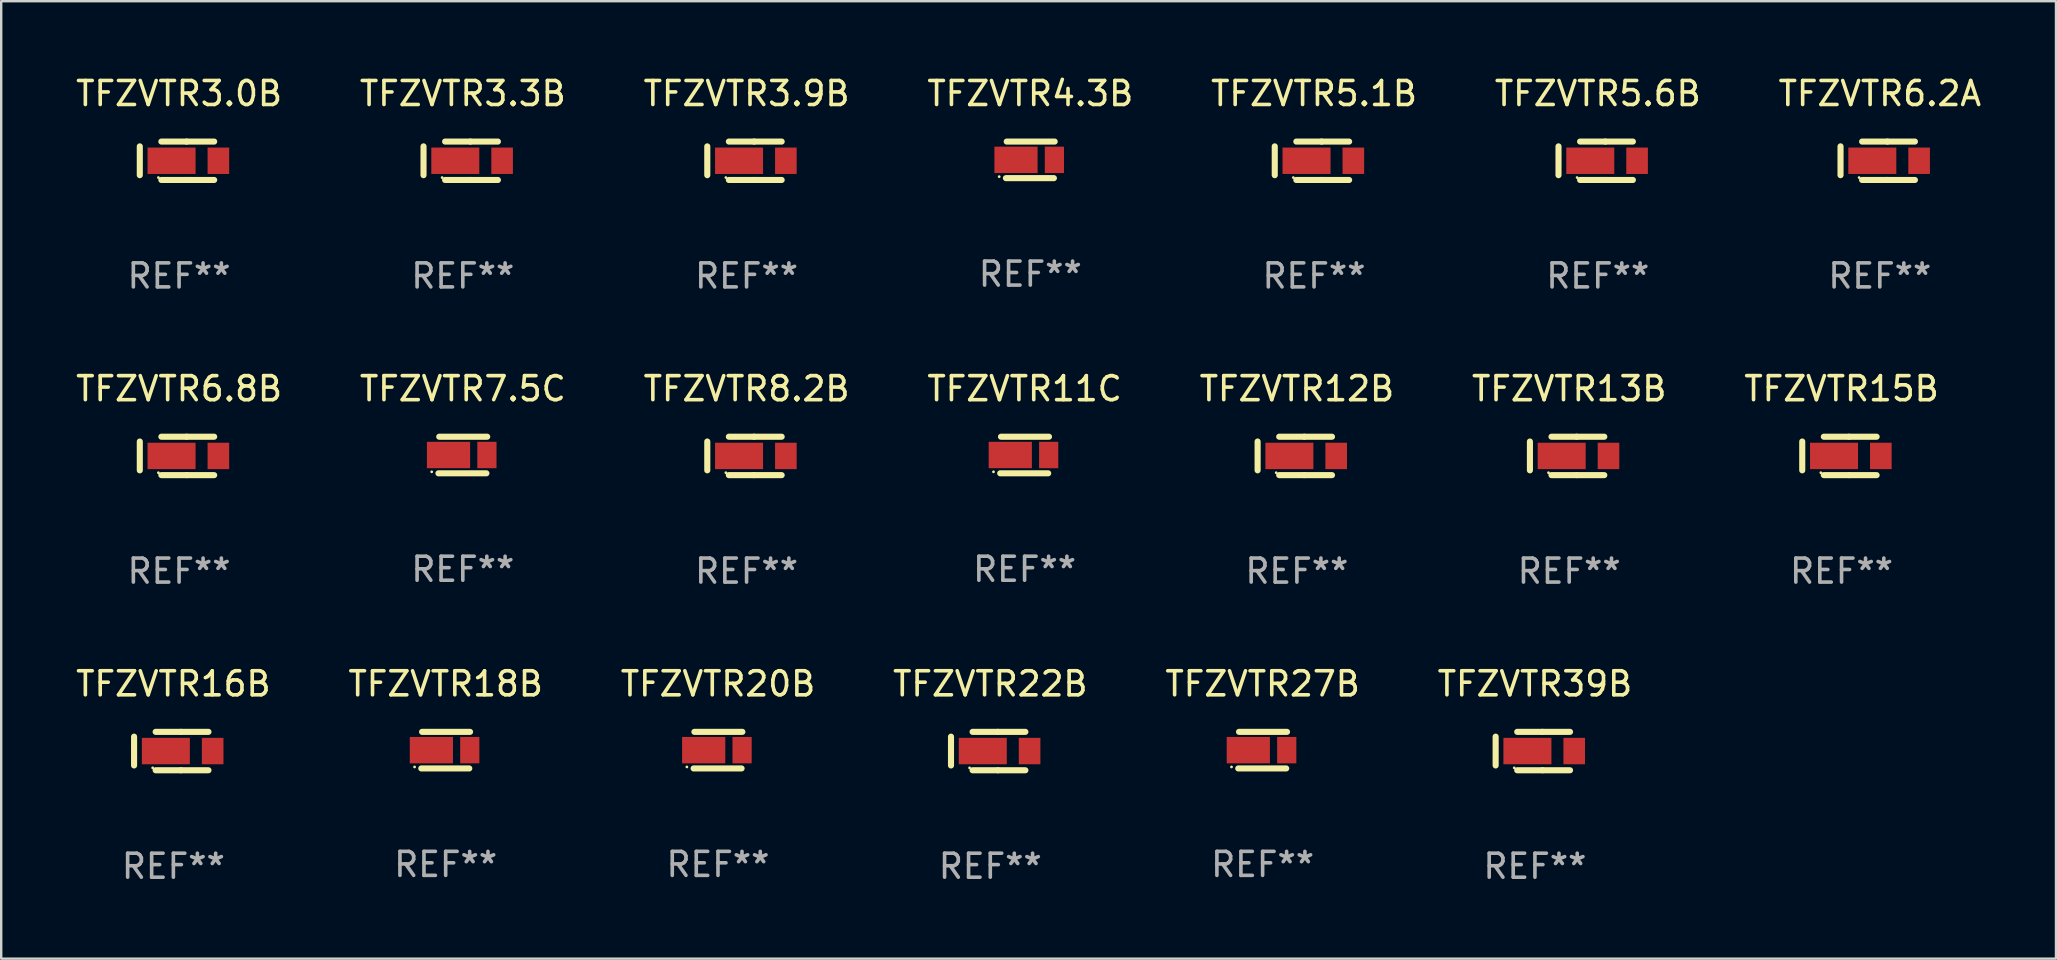
<source format=kicad_pcb>
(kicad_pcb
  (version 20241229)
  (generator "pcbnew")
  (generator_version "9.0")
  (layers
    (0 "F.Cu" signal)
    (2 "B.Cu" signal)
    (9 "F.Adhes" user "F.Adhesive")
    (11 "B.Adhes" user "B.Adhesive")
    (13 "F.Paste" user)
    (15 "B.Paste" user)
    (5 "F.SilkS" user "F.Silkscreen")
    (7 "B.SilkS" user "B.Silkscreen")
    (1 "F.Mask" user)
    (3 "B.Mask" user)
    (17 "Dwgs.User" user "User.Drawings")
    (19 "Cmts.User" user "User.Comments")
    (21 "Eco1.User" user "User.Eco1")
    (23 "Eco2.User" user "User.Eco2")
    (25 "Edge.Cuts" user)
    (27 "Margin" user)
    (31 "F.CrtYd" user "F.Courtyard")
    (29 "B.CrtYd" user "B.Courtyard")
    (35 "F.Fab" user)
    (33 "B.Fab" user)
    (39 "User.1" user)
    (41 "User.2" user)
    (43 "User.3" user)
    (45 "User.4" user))
  (footprint "TFZVTR22B"
    (layer "F.Cu")
    (at 38.208 28.241)
    (property "Reference" "TFZVTR22B" (at 0 -2.8 0) (layer "F.SilkS") (effects (font (size 1 1) (thickness 0.15))))
    (attr through_hole)
    (fp_line (start -1.637 -0.6) (end -1.637 0.6) (stroke (width 0.254) (type solid)) (layer "F.SilkS"))
    (fp_line (start -0.738 -0.8) (end 0.314 -0.8) (stroke (width 0.254) (type solid)) (layer "F.SilkS"))
    (fp_line (start -0.738 0.8) (end 0.314 0.8) (stroke (width 0.254) (type solid)) (layer "F.SilkS"))
    (fp_line (start 0.314 0.8) (end 1.462 0.8) (stroke (width 0.254) (type solid)) (layer "F.SilkS"))
    (fp_line (start 0.314 -0.8) (end 1.462 -0.8) (stroke (width 0.254) (type solid)) (layer "F.SilkS"))
    (fp_circle (center -0.862 0.7) (end -0.832 0.7) (stroke (width 0.06) (type solid)) (fill no) (layer "F.SilkS"))
    (fp_text user "REF**" (at 0 4.8 0) (layer "F.Fab") (effects (font (size 1 1) (thickness 0.15))))
    (pad "1" smd rect (at -0.313 -0.000064) (size 2 1.1) (layers "F.Cu" "F.Mask" "F.Paste"))
    (pad "2" smd rect (at 1.637 -0.000064) (size 0.9 1.1) (layers "F.Cu" "F.Mask" "F.Paste")))
  (footprint "TFZVTR6.2A"
    (layer "F.Cu")
    (at 75.268 3.648)
    (property "Reference" "TFZVTR6.2A" (at 0 -2.8 0) (layer "F.SilkS") (effects (font (size 1 1) (thickness 0.15))))
    (attr through_hole)
    (fp_line (start -1.637 -0.6) (end -1.637 0.6) (stroke (width 0.254) (type solid)) (layer "F.SilkS"))
    (fp_line (start -0.738 -0.8) (end 0.314 -0.8) (stroke (width 0.254) (type solid)) (layer "F.SilkS"))
    (fp_line (start -0.738 0.8) (end 0.314 0.8) (stroke (width 0.254) (type solid)) (layer "F.SilkS"))
    (fp_line (start 0.314 0.8) (end 1.462 0.8) (stroke (width 0.254) (type solid)) (layer "F.SilkS"))
    (fp_line (start 0.314 -0.8) (end 1.462 -0.8) (stroke (width 0.254) (type solid)) (layer "F.SilkS"))
    (fp_circle (center -0.862 0.7) (end -0.832 0.7) (stroke (width 0.06) (type solid)) (fill no) (layer "F.SilkS"))
    (fp_text user "REF**" (at 0 4.8 0) (layer "F.Fab") (effects (font (size 1 1) (thickness 0.15))))
    (pad "1" smd rect (at -0.313 -0.000064) (size 2 1.1) (layers "F.Cu" "F.Mask" "F.Paste"))
    (pad "2" smd rect (at 1.637 -0.000064) (size 0.9 1.1) (layers "F.Cu" "F.Mask" "F.Paste")))
  (footprint "TFZVTR18B"
    (layer "F.Cu")
    (at 15.518 28.203)
    (property "Reference" "TFZVTR18B" (at 0 -2.762 0) (layer "F.SilkS") (effects (font (size 1 1) (thickness 0.15))))
    (attr through_hole)
    (fp_line (start -1.016 0.762) (end 0.983 0.762) (stroke (width 0.254) (type solid)) (layer "F.SilkS"))
    (fp_line (start -0.983 -0.762) (end 1.016 -0.762) (stroke (width 0.254) (type solid)) (layer "F.SilkS"))
    (fp_circle (center -1.296 0.7) (end -1.266 0.7) (stroke (width 0.06) (type solid)) (fill no) (layer "F.SilkS"))
    (fp_text user "REF**" (at 0 4.762 0) (layer "F.Fab") (effects (font (size 1 1) (thickness 0.15))))
    (pad "1" smd rect (at -0.596 0 180) (size 1.8 1.1) (layers "F.Cu" "F.Mask" "F.Paste"))
    (pad "2" smd rect (at 1.004 0 180) (size 0.8 1.1) (layers "F.Cu" "F.Mask" "F.Paste")))
  (footprint "TFZVTR8.2B"
    (layer "F.Cu")
    (at 28.054 15.945)
    (property "Reference" "TFZVTR8.2B" (at 0 -2.8 0) (layer "F.SilkS") (effects (font (size 1 1) (thickness 0.15))))
    (attr through_hole)
    (fp_line (start -1.637 -0.6) (end -1.637 0.6) (stroke (width 0.254) (type solid)) (layer "F.SilkS"))
    (fp_line (start -0.738 -0.8) (end 0.314 -0.8) (stroke (width 0.254) (type solid)) (layer "F.SilkS"))
    (fp_line (start -0.738 0.8) (end 0.314 0.8) (stroke (width 0.254) (type solid)) (layer "F.SilkS"))
    (fp_line (start 0.314 0.8) (end 1.462 0.8) (stroke (width 0.254) (type solid)) (layer "F.SilkS"))
    (fp_line (start 0.314 -0.8) (end 1.462 -0.8) (stroke (width 0.254) (type solid)) (layer "F.SilkS"))
    (fp_circle (center -0.862 0.7) (end -0.832 0.7) (stroke (width 0.06) (type solid)) (fill no) (layer "F.SilkS"))
    (fp_text user "REF**" (at 0 4.8 0) (layer "F.Fab") (effects (font (size 1 1) (thickness 0.15))))
    (pad "1" smd rect (at -0.313 -0.000064) (size 2 1.1) (layers "F.Cu" "F.Mask" "F.Paste"))
    (pad "2" smd rect (at 1.637 -0.000064) (size 0.9 1.1) (layers "F.Cu" "F.Mask" "F.Paste")))
  (footprint "TFZVTR7.5C"
    (layer "F.Cu")
    (at 16.232 15.907)
    (property "Reference" "TFZVTR7.5C" (at 0 -2.762 0) (layer "F.SilkS") (effects (font (size 1 1) (thickness 0.15))))
    (attr through_hole)
    (fp_line (start -1.016 0.762) (end 0.983 0.762) (stroke (width 0.254) (type solid)) (layer "F.SilkS"))
    (fp_line (start -0.983 -0.762) (end 1.016 -0.762) (stroke (width 0.254) (type solid)) (layer "F.SilkS"))
    (fp_circle (center -1.296 0.7) (end -1.266 0.7) (stroke (width 0.06) (type solid)) (fill no) (layer "F.SilkS"))
    (fp_text user "REF**" (at 0 4.762 0) (layer "F.Fab") (effects (font (size 1 1) (thickness 0.15))))
    (pad "1" smd rect (at -0.596 0 180) (size 1.8 1.1) (layers "F.Cu" "F.Mask" "F.Paste"))
    (pad "2" smd rect (at 1.004 0 180) (size 0.8 1.1) (layers "F.Cu" "F.Mask" "F.Paste")))
  (footprint "TFZVTR3.9B"
    (layer "F.Cu")
    (at 28.054 3.648)
    (property "Reference" "TFZVTR3.9B" (at 0 -2.8 0) (layer "F.SilkS") (effects (font (size 1 1) (thickness 0.15))))
    (attr through_hole)
    (fp_line (start -1.637 -0.6) (end -1.637 0.6) (stroke (width 0.254) (type solid)) (layer "F.SilkS"))
    (fp_line (start -0.738 -0.8) (end 0.314 -0.8) (stroke (width 0.254) (type solid)) (layer "F.SilkS"))
    (fp_line (start -0.738 0.8) (end 0.314 0.8) (stroke (width 0.254) (type solid)) (layer "F.SilkS"))
    (fp_line (start 0.314 0.8) (end 1.462 0.8) (stroke (width 0.254) (type solid)) (layer "F.SilkS"))
    (fp_line (start 0.314 -0.8) (end 1.462 -0.8) (stroke (width 0.254) (type solid)) (layer "F.SilkS"))
    (fp_circle (center -0.862 0.7) (end -0.832 0.7) (stroke (width 0.06) (type solid)) (fill no) (layer "F.SilkS"))
    (fp_text user "REF**" (at 0 4.8 0) (layer "F.Fab") (effects (font (size 1 1) (thickness 0.15))))
    (pad "1" smd rect (at -0.313 -0.000064) (size 2 1.1) (layers "F.Cu" "F.Mask" "F.Paste"))
    (pad "2" smd rect (at 1.637 -0.000064) (size 0.9 1.1) (layers "F.Cu" "F.Mask" "F.Paste")))
  (footprint "TFZVTR27B"
    (layer "F.Cu")
    (at 49.554 28.203)
    (property "Reference" "TFZVTR27B" (at 0 -2.762 0) (layer "F.SilkS") (effects (font (size 1 1) (thickness 0.15))))
    (attr through_hole)
    (fp_line (start -1.016 0.762) (end 0.983 0.762) (stroke (width 0.254) (type solid)) (layer "F.SilkS"))
    (fp_line (start -0.983 -0.762) (end 1.016 -0.762) (stroke (width 0.254) (type solid)) (layer "F.SilkS"))
    (fp_circle (center -1.296 0.7) (end -1.266 0.7) (stroke (width 0.06) (type solid)) (fill no) (layer "F.SilkS"))
    (fp_text user "REF**" (at 0 4.762 0) (layer "F.Fab") (effects (font (size 1 1) (thickness 0.15))))
    (pad "1" smd rect (at -0.596 0 180) (size 1.8 1.1) (layers "F.Cu" "F.Mask" "F.Paste"))
    (pad "2" smd rect (at 1.004 0 180) (size 0.8 1.1) (layers "F.Cu" "F.Mask" "F.Paste")))
  (footprint "TFZVTR6.8B"
    (layer "F.Cu")
    (at 4.411 15.945)
    (property "Reference" "TFZVTR6.8B" (at 0 -2.8 0) (layer "F.SilkS") (effects (font (size 1 1) (thickness 0.15))))
    (attr through_hole)
    (fp_line (start -1.637 -0.6) (end -1.637 0.6) (stroke (width 0.254) (type solid)) (layer "F.SilkS"))
    (fp_line (start -0.738 -0.8) (end 0.314 -0.8) (stroke (width 0.254) (type solid)) (layer "F.SilkS"))
    (fp_line (start -0.738 0.8) (end 0.314 0.8) (stroke (width 0.254) (type solid)) (layer "F.SilkS"))
    (fp_line (start 0.314 0.8) (end 1.462 0.8) (stroke (width 0.254) (type solid)) (layer "F.SilkS"))
    (fp_line (start 0.314 -0.8) (end 1.462 -0.8) (stroke (width 0.254) (type solid)) (layer "F.SilkS"))
    (fp_circle (center -0.862 0.7) (end -0.832 0.7) (stroke (width 0.06) (type solid)) (fill no) (layer "F.SilkS"))
    (fp_text user "REF**" (at 0 4.8 0) (layer "F.Fab") (effects (font (size 1 1) (thickness 0.15))))
    (pad "1" smd rect (at -0.313 -0.000064) (size 2 1.1) (layers "F.Cu" "F.Mask" "F.Paste"))
    (pad "2" smd rect (at 1.637 -0.000064) (size 0.9 1.1) (layers "F.Cu" "F.Mask" "F.Paste")))
  (footprint "TFZVTR16B"
    (layer "F.Cu")
    (at 4.173 28.241)
    (property "Reference" "TFZVTR16B" (at 0 -2.8 0) (layer "F.SilkS") (effects (font (size 1 1) (thickness 0.15))))
    (attr through_hole)
    (fp_line (start -1.637 -0.6) (end -1.637 0.6) (stroke (width 0.254) (type solid)) (layer "F.SilkS"))
    (fp_line (start -0.738 -0.8) (end 0.314 -0.8) (stroke (width 0.254) (type solid)) (layer "F.SilkS"))
    (fp_line (start -0.738 0.8) (end 0.314 0.8) (stroke (width 0.254) (type solid)) (layer "F.SilkS"))
    (fp_line (start 0.314 0.8) (end 1.462 0.8) (stroke (width 0.254) (type solid)) (layer "F.SilkS"))
    (fp_line (start 0.314 -0.8) (end 1.462 -0.8) (stroke (width 0.254) (type solid)) (layer "F.SilkS"))
    (fp_circle (center -0.862 0.7) (end -0.832 0.7) (stroke (width 0.06) (type solid)) (fill no) (layer "F.SilkS"))
    (fp_text user "REF**" (at 0 4.8 0) (layer "F.Fab") (effects (font (size 1 1) (thickness 0.15))))
    (pad "1" smd rect (at -0.313 -0.000064) (size 2 1.1) (layers "F.Cu" "F.Mask" "F.Paste"))
    (pad "2" smd rect (at 1.637 -0.000064) (size 0.9 1.1) (layers "F.Cu" "F.Mask" "F.Paste")))
  (footprint "TFZVTR3.3B"
    (layer "F.Cu")
    (at 16.232 3.648)
    (property "Reference" "TFZVTR3.3B" (at 0 -2.8 0) (layer "F.SilkS") (effects (font (size 1 1) (thickness 0.15))))
    (attr through_hole)
    (fp_line (start -1.637 -0.6) (end -1.637 0.6) (stroke (width 0.254) (type solid)) (layer "F.SilkS"))
    (fp_line (start -0.738 -0.8) (end 0.314 -0.8) (stroke (width 0.254) (type solid)) (layer "F.SilkS"))
    (fp_line (start -0.738 0.8) (end 0.314 0.8) (stroke (width 0.254) (type solid)) (layer "F.SilkS"))
    (fp_line (start 0.314 0.8) (end 1.462 0.8) (stroke (width 0.254) (type solid)) (layer "F.SilkS"))
    (fp_line (start 0.314 -0.8) (end 1.462 -0.8) (stroke (width 0.254) (type solid)) (layer "F.SilkS"))
    (fp_circle (center -0.862 0.7) (end -0.832 0.7) (stroke (width 0.06) (type solid)) (fill no) (layer "F.SilkS"))
    (fp_text user "REF**" (at 0 4.8 0) (layer "F.Fab") (effects (font (size 1 1) (thickness 0.15))))
    (pad "1" smd rect (at -0.313 -0.000064) (size 2 1.1) (layers "F.Cu" "F.Mask" "F.Paste"))
    (pad "2" smd rect (at 1.637 -0.000064) (size 0.9 1.1) (layers "F.Cu" "F.Mask" "F.Paste")))
  (footprint "TFZVTR20B"
    (layer "F.Cu")
    (at 26.863 28.203)
    (property "Reference" "TFZVTR20B" (at 0 -2.762 0) (layer "F.SilkS") (effects (font (size 1 1) (thickness 0.15))))
    (attr through_hole)
    (fp_line (start -1.016 0.762) (end 0.983 0.762) (stroke (width 0.254) (type solid)) (layer "F.SilkS"))
    (fp_line (start -0.983 -0.762) (end 1.016 -0.762) (stroke (width 0.254) (type solid)) (layer "F.SilkS"))
    (fp_circle (center -1.296 0.7) (end -1.266 0.7) (stroke (width 0.06) (type solid)) (fill no) (layer "F.SilkS"))
    (fp_text user "REF**" (at 0 4.762 0) (layer "F.Fab") (effects (font (size 1 1) (thickness 0.15))))
    (pad "1" smd rect (at -0.596 0 180) (size 1.8 1.1) (layers "F.Cu" "F.Mask" "F.Paste"))
    (pad "2" smd rect (at 1.004 0 180) (size 0.8 1.1) (layers "F.Cu" "F.Mask" "F.Paste")))
  (footprint "TFZVTR15B"
    (layer "F.Cu")
    (at 73.673 15.945)
    (property "Reference" "TFZVTR15B" (at 0 -2.8 0) (layer "F.SilkS") (effects (font (size 1 1) (thickness 0.15))))
    (attr through_hole)
    (fp_line (start -1.637 -0.6) (end -1.637 0.6) (stroke (width 0.254) (type solid)) (layer "F.SilkS"))
    (fp_line (start -0.738 -0.8) (end 0.314 -0.8) (stroke (width 0.254) (type solid)) (layer "F.SilkS"))
    (fp_line (start -0.738 0.8) (end 0.314 0.8) (stroke (width 0.254) (type solid)) (layer "F.SilkS"))
    (fp_line (start 0.314 0.8) (end 1.462 0.8) (stroke (width 0.254) (type solid)) (layer "F.SilkS"))
    (fp_line (start 0.314 -0.8) (end 1.462 -0.8) (stroke (width 0.254) (type solid)) (layer "F.SilkS"))
    (fp_circle (center -0.862 0.7) (end -0.832 0.7) (stroke (width 0.06) (type solid)) (fill no) (layer "F.SilkS"))
    (fp_text user "REF**" (at 0 4.8 0) (layer "F.Fab") (effects (font (size 1 1) (thickness 0.15))))
    (pad "1" smd rect (at -0.313 -0.000064) (size 2 1.1) (layers "F.Cu" "F.Mask" "F.Paste"))
    (pad "2" smd rect (at 1.637 -0.000064) (size 0.9 1.1) (layers "F.Cu" "F.Mask" "F.Paste")))
  (footprint "TFZVTR13B"
    (layer "F.Cu")
    (at 62.327 15.945)
    (property "Reference" "TFZVTR13B" (at 0 -2.8 0) (layer "F.SilkS") (effects (font (size 1 1) (thickness 0.15))))
    (attr through_hole)
    (fp_line (start -1.637 -0.6) (end -1.637 0.6) (stroke (width 0.254) (type solid)) (layer "F.SilkS"))
    (fp_line (start -0.738 -0.8) (end 0.314 -0.8) (stroke (width 0.254) (type solid)) (layer "F.SilkS"))
    (fp_line (start -0.738 0.8) (end 0.314 0.8) (stroke (width 0.254) (type solid)) (layer "F.SilkS"))
    (fp_line (start 0.314 0.8) (end 1.462 0.8) (stroke (width 0.254) (type solid)) (layer "F.SilkS"))
    (fp_line (start 0.314 -0.8) (end 1.462 -0.8) (stroke (width 0.254) (type solid)) (layer "F.SilkS"))
    (fp_circle (center -0.862 0.7) (end -0.832 0.7) (stroke (width 0.06) (type solid)) (fill no) (layer "F.SilkS"))
    (fp_text user "REF**" (at 0 4.8 0) (layer "F.Fab") (effects (font (size 1 1) (thickness 0.15))))
    (pad "1" smd rect (at -0.313 -0.000064) (size 2 1.1) (layers "F.Cu" "F.Mask" "F.Paste"))
    (pad "2" smd rect (at 1.637 -0.000064) (size 0.9 1.1) (layers "F.Cu" "F.Mask" "F.Paste")))
  (footprint "TFZVTR5.1B"
    (layer "F.Cu")
    (at 51.696 3.648)
    (property "Reference" "TFZVTR5.1B" (at 0 -2.8 0) (layer "F.SilkS") (effects (font (size 1 1) (thickness 0.15))))
    (attr through_hole)
    (fp_line (start -1.637 -0.6) (end -1.637 0.6) (stroke (width 0.254) (type solid)) (layer "F.SilkS"))
    (fp_line (start -0.738 -0.8) (end 0.314 -0.8) (stroke (width 0.254) (type solid)) (layer "F.SilkS"))
    (fp_line (start -0.738 0.8) (end 0.314 0.8) (stroke (width 0.254) (type solid)) (layer "F.SilkS"))
    (fp_line (start 0.314 0.8) (end 1.462 0.8) (stroke (width 0.254) (type solid)) (layer "F.SilkS"))
    (fp_line (start 0.314 -0.8) (end 1.462 -0.8) (stroke (width 0.254) (type solid)) (layer "F.SilkS"))
    (fp_circle (center -0.862 0.7) (end -0.832 0.7) (stroke (width 0.06) (type solid)) (fill no) (layer "F.SilkS"))
    (fp_text user "REF**" (at 0 4.8 0) (layer "F.Fab") (effects (font (size 1 1) (thickness 0.15))))
    (pad "1" smd rect (at -0.313 -0.000064) (size 2 1.1) (layers "F.Cu" "F.Mask" "F.Paste"))
    (pad "2" smd rect (at 1.637 -0.000064) (size 0.9 1.1) (layers "F.Cu" "F.Mask" "F.Paste")))
  (footprint "TFZVTR4.3B"
    (layer "F.Cu")
    (at 39.875 3.61)
    (property "Reference" "TFZVTR4.3B" (at 0 -2.762 0) (layer "F.SilkS") (effects (font (size 1 1) (thickness 0.15))))
    (attr through_hole)
    (fp_line (start -1.016 0.762) (end 0.983 0.762) (stroke (width 0.254) (type solid)) (layer "F.SilkS"))
    (fp_line (start -0.983 -0.762) (end 1.016 -0.762) (stroke (width 0.254) (type solid)) (layer "F.SilkS"))
    (fp_circle (center -1.296 0.7) (end -1.266 0.7) (stroke (width 0.06) (type solid)) (fill no) (layer "F.SilkS"))
    (fp_text user "REF**" (at 0 4.762 0) (layer "F.Fab") (effects (font (size 1 1) (thickness 0.15))))
    (pad "1" smd rect (at -0.596 0 180) (size 1.8 1.1) (layers "F.Cu" "F.Mask" "F.Paste"))
    (pad "2" smd rect (at 1.004 0 180) (size 0.8 1.1) (layers "F.Cu" "F.Mask" "F.Paste")))
  (footprint "TFZVTR3.0B"
    (layer "F.Cu")
    (at 4.411 3.648)
    (property "Reference" "TFZVTR3.0B" (at 0 -2.8 0) (layer "F.SilkS") (effects (font (size 1 1) (thickness 0.15))))
    (attr through_hole)
    (fp_line (start -1.637 -0.6) (end -1.637 0.6) (stroke (width 0.254) (type solid)) (layer "F.SilkS"))
    (fp_line (start -0.738 -0.8) (end 0.314 -0.8) (stroke (width 0.254) (type solid)) (layer "F.SilkS"))
    (fp_line (start -0.738 0.8) (end 0.314 0.8) (stroke (width 0.254) (type solid)) (layer "F.SilkS"))
    (fp_line (start 0.314 0.8) (end 1.462 0.8) (stroke (width 0.254) (type solid)) (layer "F.SilkS"))
    (fp_line (start 0.314 -0.8) (end 1.462 -0.8) (stroke (width 0.254) (type solid)) (layer "F.SilkS"))
    (fp_circle (center -0.862 0.7) (end -0.832 0.7) (stroke (width 0.06) (type solid)) (fill no) (layer "F.SilkS"))
    (fp_text user "REF**" (at 0 4.8 0) (layer "F.Fab") (effects (font (size 1 1) (thickness 0.15))))
    (pad "1" smd rect (at -0.313 -0.000064) (size 2 1.1) (layers "F.Cu" "F.Mask" "F.Paste"))
    (pad "2" smd rect (at 1.637 -0.000064) (size 0.9 1.1) (layers "F.Cu" "F.Mask" "F.Paste")))
  (footprint "TFZVTR11C"
    (layer "F.Cu")
    (at 39.637 15.907)
    (property "Reference" "TFZVTR11C" (at 0 -2.762 0) (layer "F.SilkS") (effects (font (size 1 1) (thickness 0.15))))
    (attr through_hole)
    (fp_line (start -1.016 0.762) (end 0.983 0.762) (stroke (width 0.254) (type solid)) (layer "F.SilkS"))
    (fp_line (start -0.983 -0.762) (end 1.016 -0.762) (stroke (width 0.254) (type solid)) (layer "F.SilkS"))
    (fp_circle (center -1.296 0.7) (end -1.266 0.7) (stroke (width 0.06) (type solid)) (fill no) (layer "F.SilkS"))
    (fp_text user "REF**" (at 0 4.762 0) (layer "F.Fab") (effects (font (size 1 1) (thickness 0.15))))
    (pad "1" smd rect (at -0.596 0 180) (size 1.8 1.1) (layers "F.Cu" "F.Mask" "F.Paste"))
    (pad "2" smd rect (at 1.004 0 180) (size 0.8 1.1) (layers "F.Cu" "F.Mask" "F.Paste")))
  (footprint "TFZVTR5.6B"
    (layer "F.Cu")
    (at 63.518 3.648)
    (property "Reference" "TFZVTR5.6B" (at 0 -2.8 0) (layer "F.SilkS") (effects (font (size 1 1) (thickness 0.15))))
    (attr through_hole)
    (fp_line (start -1.637 -0.6) (end -1.637 0.6) (stroke (width 0.254) (type solid)) (layer "F.SilkS"))
    (fp_line (start -0.738 -0.8) (end 0.314 -0.8) (stroke (width 0.254) (type solid)) (layer "F.SilkS"))
    (fp_line (start -0.738 0.8) (end 0.314 0.8) (stroke (width 0.254) (type solid)) (layer "F.SilkS"))
    (fp_line (start 0.314 0.8) (end 1.462 0.8) (stroke (width 0.254) (type solid)) (layer "F.SilkS"))
    (fp_line (start 0.314 -0.8) (end 1.462 -0.8) (stroke (width 0.254) (type solid)) (layer "F.SilkS"))
    (fp_circle (center -0.862 0.7) (end -0.832 0.7) (stroke (width 0.06) (type solid)) (fill no) (layer "F.SilkS"))
    (fp_text user "REF**" (at 0 4.8 0) (layer "F.Fab") (effects (font (size 1 1) (thickness 0.15))))
    (pad "1" smd rect (at -0.313 -0.000064) (size 2 1.1) (layers "F.Cu" "F.Mask" "F.Paste"))
    (pad "2" smd rect (at 1.637 -0.000064) (size 0.9 1.1) (layers "F.Cu" "F.Mask" "F.Paste")))
  (footprint "TFZVTR12B"
    (layer "F.Cu")
    (at 50.982 15.945)
    (property "Reference" "TFZVTR12B" (at 0 -2.8 0) (layer "F.SilkS") (effects (font (size 1 1) (thickness 0.15))))
    (attr through_hole)
    (fp_line (start -1.637 -0.6) (end -1.637 0.6) (stroke (width 0.254) (type solid)) (layer "F.SilkS"))
    (fp_line (start -0.738 -0.8) (end 0.314 -0.8) (stroke (width 0.254) (type solid)) (layer "F.SilkS"))
    (fp_line (start -0.738 0.8) (end 0.314 0.8) (stroke (width 0.254) (type solid)) (layer "F.SilkS"))
    (fp_line (start 0.314 0.8) (end 1.462 0.8) (stroke (width 0.254) (type solid)) (layer "F.SilkS"))
    (fp_line (start 0.314 -0.8) (end 1.462 -0.8) (stroke (width 0.254) (type solid)) (layer "F.SilkS"))
    (fp_circle (center -0.862 0.7) (end -0.832 0.7) (stroke (width 0.06) (type solid)) (fill no) (layer "F.SilkS"))
    (fp_text user "REF**" (at 0 4.8 0) (layer "F.Fab") (effects (font (size 1 1) (thickness 0.15))))
    (pad "1" smd rect (at -0.313 -0.000064) (size 2 1.1) (layers "F.Cu" "F.Mask" "F.Paste"))
    (pad "2" smd rect (at 1.637 -0.000064) (size 0.9 1.1) (layers "F.Cu" "F.Mask" "F.Paste")))
  (footprint "TFZVTR39B"
    (layer "F.Cu")
    (at 60.899 28.241)
    (property "Reference" "TFZVTR39B" (at 0 -2.8 0) (layer "F.SilkS") (effects (font (size 1 1) (thickness 0.15))))
    (attr through_hole)
    (fp_line (start -1.637 -0.6) (end -1.637 0.6) (stroke (width 0.254) (type solid)) (layer "F.SilkS"))
    (fp_line (start -0.738 -0.8) (end 0.314 -0.8) (stroke (width 0.254) (type solid)) (layer "F.SilkS"))
    (fp_line (start -0.738 0.8) (end 0.314 0.8) (stroke (width 0.254) (type solid)) (layer "F.SilkS"))
    (fp_line (start 0.314 0.8) (end 1.462 0.8) (stroke (width 0.254) (type solid)) (layer "F.SilkS"))
    (fp_line (start 0.314 -0.8) (end 1.462 -0.8) (stroke (width 0.254) (type solid)) (layer "F.SilkS"))
    (fp_circle (center -0.862 0.7) (end -0.832 0.7) (stroke (width 0.06) (type solid)) (fill no) (layer "F.SilkS"))
    (fp_text user "REF**" (at 0 4.8 0) (layer "F.Fab") (effects (font (size 1 1) (thickness 0.15))))
    (pad "1" smd rect (at -0.313 -0.000064) (size 2 1.1) (layers "F.Cu" "F.Mask" "F.Paste"))
    (pad "2" smd rect (at 1.637 -0.000064) (size 0.9 1.1) (layers "F.Cu" "F.Mask" "F.Paste")))
  (gr_rect
    (start -3 -3)
    (end 82.607 36.89)
    (stroke (width 0.1) (type default))
    (fill no)
    (layer "Edge.Cuts")))
</source>
